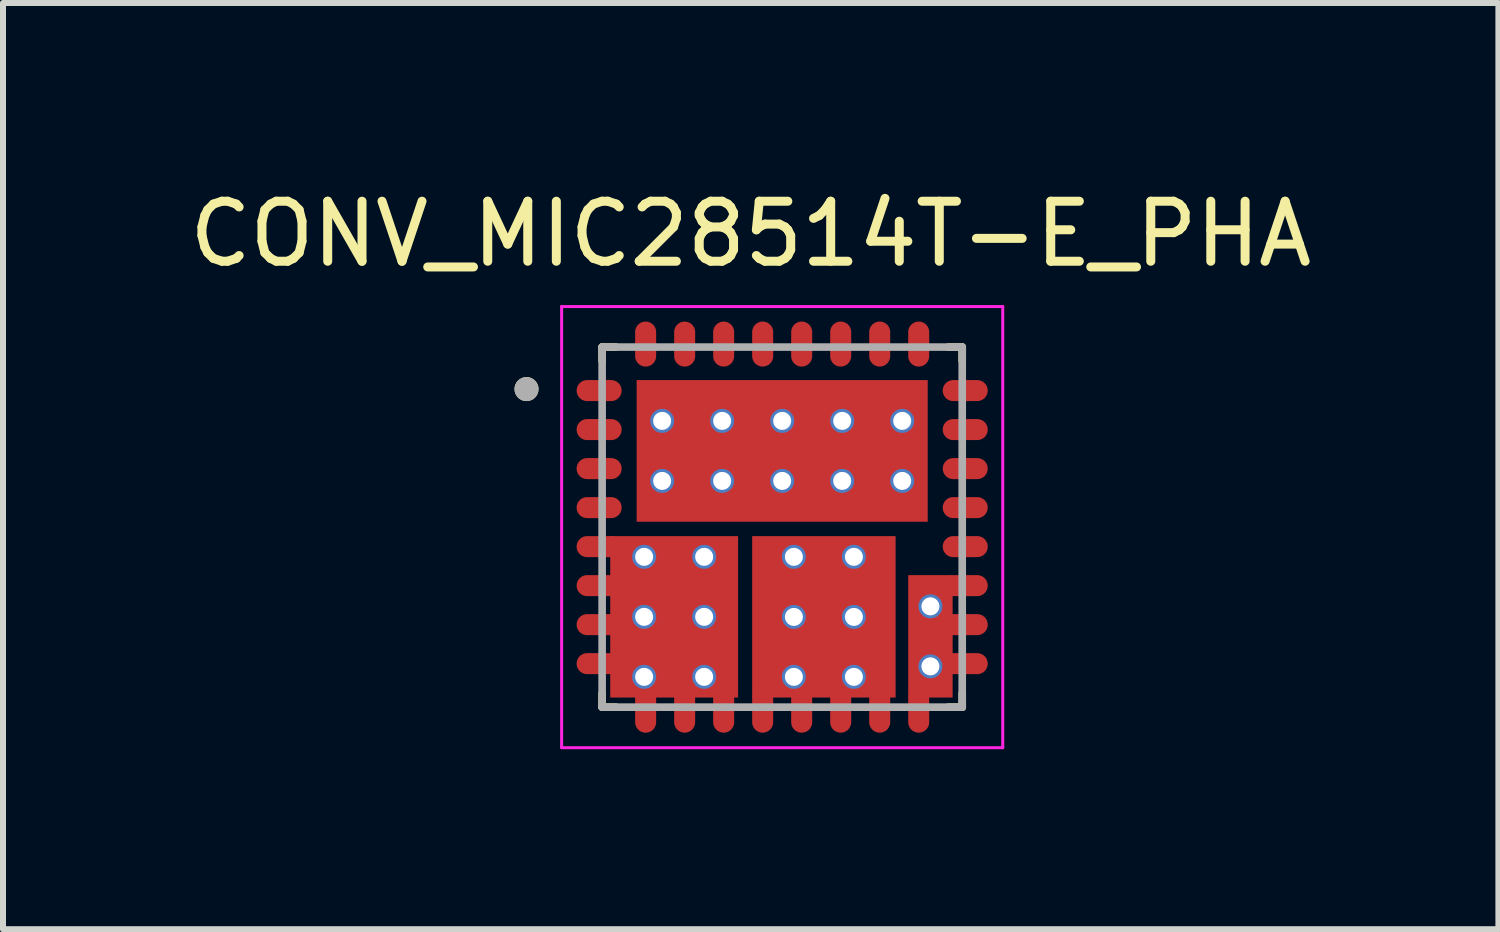
<source format=kicad_pcb>
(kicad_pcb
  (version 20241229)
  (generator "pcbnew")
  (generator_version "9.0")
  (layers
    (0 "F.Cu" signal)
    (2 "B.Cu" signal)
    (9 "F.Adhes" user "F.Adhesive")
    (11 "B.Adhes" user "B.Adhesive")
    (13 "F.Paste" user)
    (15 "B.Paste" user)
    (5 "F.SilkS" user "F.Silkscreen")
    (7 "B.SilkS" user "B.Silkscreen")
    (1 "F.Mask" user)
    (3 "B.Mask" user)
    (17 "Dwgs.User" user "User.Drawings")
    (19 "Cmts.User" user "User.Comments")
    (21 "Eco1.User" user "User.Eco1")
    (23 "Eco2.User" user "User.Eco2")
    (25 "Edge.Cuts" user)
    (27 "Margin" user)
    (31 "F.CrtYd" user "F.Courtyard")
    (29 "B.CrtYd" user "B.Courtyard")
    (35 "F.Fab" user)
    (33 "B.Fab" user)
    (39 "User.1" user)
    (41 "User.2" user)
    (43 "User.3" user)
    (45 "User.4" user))
  (footprint "CONV_MIC28514T-E_PHA"
    (layer "F.Cu")
    (at 9.983 5.733)
    (property "Reference" "CONV_MIC28514T-E_PHA" (at -0.525 -4.885 0) (layer "F.SilkS") (effects (font (size 1 1) (thickness 0.15))))
    (attr smd)
    (fp_line (start -3 -3) (end -3 -2.77) (stroke (width 0.127) (type solid)) (layer "F.SilkS"))
    (fp_line (start -3 -3) (end -2.77 -3) (stroke (width 0.127) (type solid)) (layer "F.SilkS"))
    (fp_line (start -3 3) (end -3 2.77) (stroke (width 0.127) (type solid)) (layer "F.SilkS"))
    (fp_line (start -3 3) (end -2.77 3) (stroke (width 0.127) (type solid)) (layer "F.SilkS"))
    (fp_line (start 3 -3) (end 2.77 -3) (stroke (width 0.127) (type solid)) (layer "F.SilkS"))
    (fp_line (start 3 -3) (end 3 -2.77) (stroke (width 0.127) (type solid)) (layer "F.SilkS"))
    (fp_line (start 3 3) (end 2.77 3) (stroke (width 0.127) (type solid)) (layer "F.SilkS"))
    (fp_line (start 3 3) (end 3 2.77) (stroke (width 0.127) (type solid)) (layer "F.SilkS"))
    (fp_circle (center -4.26 -2.3) (end -4.16 -2.3) (stroke (width 0.2) (type solid)) (fill no) (layer "F.SilkS"))
    (fp_poly (pts (xy -2.553 0.544) (xy -1.047 0.544) (xy -1.047 2.446) (xy -2.553 2.446)) (stroke (width 0.01) (type solid)) (fill yes) (layer "F.Paste"))
    (fp_poly (pts (xy -1.715 -2.105) (xy 1.715 -2.105) (xy 1.715 -0.435) (xy -1.715 -0.435)) (stroke (width 0.01) (type solid)) (fill yes) (layer "F.Paste"))
    (fp_poly (pts (xy -0.15 0.544) (xy 1.54 0.544) (xy 1.54 2.446) (xy -0.15 2.446)) (stroke (width 0.01) (type solid)) (fill yes) (layer "F.Paste"))
    (fp_poly (pts (xy 2.209 1.099) (xy 2.731 1.099) (xy 2.731 2.541) (xy 2.209 2.541)) (stroke (width 0.01) (type solid)) (fill yes) (layer "F.Paste"))
    (fp_line (start -3.675 -3.675) (end -3.675 3.675) (stroke (width 0.05) (type solid)) (layer "F.CrtYd"))
    (fp_line (start -3.675 3.675) (end 3.675 3.675) (stroke (width 0.05) (type solid)) (layer "F.CrtYd"))
    (fp_line (start 3.675 -3.675) (end -3.675 -3.675) (stroke (width 0.05) (type solid)) (layer "F.CrtYd"))
    (fp_line (start 3.675 3.675) (end 3.675 -3.675) (stroke (width 0.05) (type solid)) (layer "F.CrtYd"))
    (fp_line (start -3 -3) (end -3 3) (stroke (width 0.127) (type solid)) (layer "F.Fab"))
    (fp_line (start -3 3) (end 3 3) (stroke (width 0.127) (type solid)) (layer "F.Fab"))
    (fp_line (start 3 -3) (end -3 -3) (stroke (width 0.127) (type solid)) (layer "F.Fab"))
    (fp_line (start 3 3) (end 3 -3) (stroke (width 0.127) (type solid)) (layer "F.Fab"))
    (fp_circle (center -4.26 -2.3) (end -4.16 -2.3) (stroke (width 0.2) (type solid)) (fill no) (layer "F.Fab"))
    (pad "1" smd oval (at -3.05 -2.275) (size 0.75 0.35) (layers "F.Cu" "F.Mask" "F.Paste"))
    (pad "2" smd oval (at -3.05 -1.625) (size 0.75 0.35) (layers "F.Cu" "F.Mask" "F.Paste"))
    (pad "3" smd oval (at -3.05 -0.975) (size 0.75 0.35) (layers "F.Cu" "F.Mask" "F.Paste"))
    (pad "4" smd oval (at -3.05 -0.325) (size 0.75 0.35) (layers "F.Cu" "F.Mask" "F.Paste"))
    (pad "5" smd oval (at -3.05 0.325) (size 0.75 0.35) (layers "F.Cu" "F.Mask" "F.Paste"))
    (pad "6" smd oval (at -3.05 0.975) (size 0.75 0.35) (layers "F.Cu" "F.Mask" "F.Paste"))
    (pad "7" smd oval (at -3.05 1.625) (size 0.75 0.35) (layers "F.Cu" "F.Mask" "F.Paste"))
    (pad "8" smd oval (at -3.05 2.275) (size 0.75 0.35) (layers "F.Cu" "F.Mask" "F.Paste"))
    (pad "9" smd oval (at -2.275 3.05) (size 0.35 0.75) (layers "F.Cu" "F.Mask" "F.Paste"))
    (pad "10" smd oval (at -1.625 3.05) (size 0.35 0.75) (layers "F.Cu" "F.Mask" "F.Paste"))
    (pad "11" smd oval (at -0.975 3.05) (size 0.35 0.75) (layers "F.Cu" "F.Mask" "F.Paste"))
    (pad "12" smd oval (at -0.325 3.05) (size 0.35 0.75) (layers "F.Cu" "F.Mask" "F.Paste"))
    (pad "13" smd oval (at 0.325 3.05) (size 0.35 0.75) (layers "F.Cu" "F.Mask" "F.Paste"))
    (pad "14" smd oval (at 0.975 3.05) (size 0.35 0.75) (layers "F.Cu" "F.Mask" "F.Paste"))
    (pad "15" smd oval (at 1.625 3.05) (size 0.35 0.75) (layers "F.Cu" "F.Mask" "F.Paste"))
    (pad "16" smd oval (at 2.275 3.05) (size 0.35 0.75) (layers "F.Cu" "F.Mask" "F.Paste"))
    (pad "17" smd oval (at 3.05 2.275) (size 0.75 0.35) (layers "F.Cu" "F.Mask" "F.Paste"))
    (pad "18" smd oval (at 3.05 1.625) (size 0.75 0.35) (layers "F.Cu" "F.Mask" "F.Paste"))
    (pad "19" smd oval (at 3.05 0.975) (size 0.75 0.35) (layers "F.Cu" "F.Mask" "F.Paste"))
    (pad "20" smd oval (at 3.05 0.325) (size 0.75 0.35) (layers "F.Cu" "F.Mask" "F.Paste"))
    (pad "21" smd oval (at 3.05 -0.325) (size 0.75 0.35) (layers "F.Cu" "F.Mask" "F.Paste"))
    (pad "22" smd oval (at 3.05 -0.975) (size 0.75 0.35) (layers "F.Cu" "F.Mask" "F.Paste"))
    (pad "23" smd oval (at 3.05 -1.625) (size 0.75 0.35) (layers "F.Cu" "F.Mask" "F.Paste"))
    (pad "24" smd oval (at 3.05 -2.275) (size 0.75 0.35) (layers "F.Cu" "F.Mask" "F.Paste"))
    (pad "25" smd oval (at 2.275 -3.05) (size 0.35 0.75) (layers "F.Cu" "F.Mask" "F.Paste"))
    (pad "26" smd oval (at 1.625 -3.05) (size 0.35 0.75) (layers "F.Cu" "F.Mask" "F.Paste"))
    (pad "27" smd oval (at 0.975 -3.05) (size 0.35 0.75) (layers "F.Cu" "F.Mask" "F.Paste"))
    (pad "28" smd oval (at 0.325 -3.05) (size 0.35 0.75) (layers "F.Cu" "F.Mask" "F.Paste"))
    (pad "29" smd oval (at -0.325 -3.05) (size 0.35 0.75) (layers "F.Cu" "F.Mask" "F.Paste"))
    (pad "30" smd oval (at -0.975 -3.05) (size 0.35 0.75) (layers "F.Cu" "F.Mask" "F.Paste"))
    (pad "31" smd oval (at -1.625 -3.05) (size 0.35 0.75) (layers "F.Cu" "F.Mask" "F.Paste"))
    (pad "32" smd oval (at -2.275 -3.05) (size 0.35 0.75) (layers "F.Cu" "F.Mask" "F.Paste"))
    (pad "33" smd rect (at 0 -1.27) (size 4.85 2.36) (layers "F.Cu" "F.Mask"))
    (pad "33_1" thru_hole circle (at -2 -0.77) (size 0.4 0.4) (drill 0.3) (layers "*.Cu" "*.Mask"))
    (pad "33_2" thru_hole circle (at -2 -1.77) (size 0.4 0.4) (drill 0.3) (layers "*.Cu" "*.Mask"))
    (pad "33_3" thru_hole circle (at -1 -1.77) (size 0.4 0.4) (drill 0.3) (layers "*.Cu" "*.Mask"))
    (pad "33_4" thru_hole circle (at 0 -1.77) (size 0.4 0.4) (drill 0.3) (layers "*.Cu" "*.Mask"))
    (pad "33_5" thru_hole circle (at 1 -1.77) (size 0.4 0.4) (drill 0.3) (layers "*.Cu" "*.Mask"))
    (pad "33_6" thru_hole circle (at 2 -1.77) (size 0.4 0.4) (drill 0.3) (layers "*.Cu" "*.Mask"))
    (pad "33_7" thru_hole circle (at 2 -0.77) (size 0.4 0.4) (drill 0.3) (layers "*.Cu" "*.Mask"))
    (pad "33_8" thru_hole circle (at 1 -0.77) (size 0.4 0.4) (drill 0.3) (layers "*.Cu" "*.Mask"))
    (pad "33_9" thru_hole circle (at 0 -0.77) (size 0.4 0.4) (drill 0.3) (layers "*.Cu" "*.Mask"))
    (pad "33_10" thru_hole circle (at -1 -0.77) (size 0.4 0.4) (drill 0.3) (layers "*.Cu" "*.Mask"))
    (pad "34" smd rect (at -1.8 1.495) (size 2.13 2.69) (layers "F.Cu" "F.Mask"))
    (pad "34_1" thru_hole circle (at -2.3 0.495) (size 0.4 0.4) (drill 0.3) (layers "*.Cu" "*.Mask"))
    (pad "34_2" thru_hole circle (at -2.3 1.495) (size 0.4 0.4) (drill 0.3) (layers "*.Cu" "*.Mask"))
    (pad "34_3" thru_hole circle (at -2.3 2.495) (size 0.4 0.4) (drill 0.3) (layers "*.Cu" "*.Mask"))
    (pad "34_4" thru_hole circle (at -1.3 0.495) (size 0.4 0.4) (drill 0.3) (layers "*.Cu" "*.Mask"))
    (pad "34_5" thru_hole circle (at -1.3 1.495) (size 0.4 0.4) (drill 0.3) (layers "*.Cu" "*.Mask"))
    (pad "34_6" thru_hole circle (at -1.3 2.495) (size 0.4 0.4) (drill 0.3) (layers "*.Cu" "*.Mask"))
    (pad "35" smd rect (at 0.695 1.495) (size 2.39 2.69) (layers "F.Cu" "F.Mask"))
    (pad "35_1" thru_hole circle (at 0.195 0.495) (size 0.4 0.4) (drill 0.3) (layers "*.Cu" "*.Mask"))
    (pad "35_2" thru_hole circle (at 0.195 1.496) (size 0.4 0.4) (drill 0.3) (layers "*.Cu" "*.Mask"))
    (pad "35_3" thru_hole circle (at 0.195 2.495) (size 0.4 0.4) (drill 0.3) (layers "*.Cu" "*.Mask"))
    (pad "35_4" thru_hole circle (at 1.195 0.495) (size 0.4 0.4) (drill 0.3) (layers "*.Cu" "*.Mask"))
    (pad "35_5" thru_hole circle (at 1.195 1.496) (size 0.4 0.4) (drill 0.3) (layers "*.Cu" "*.Mask"))
    (pad "35_6" thru_hole circle (at 1.195 2.495) (size 0.4 0.4) (drill 0.3) (layers "*.Cu" "*.Mask"))
    (pad "36" smd rect (at 2.47 1.82) (size 0.74 2.04) (layers "F.Cu" "F.Mask"))
    (pad "36_1" thru_hole circle (at 2.47 1.32) (size 0.4 0.4) (drill 0.3) (layers "*.Cu" "*.Mask"))
    (pad "36_2" thru_hole circle (at 2.47 2.32) (size 0.4 0.4) (drill 0.3) (layers "*.Cu" "*.Mask")))
  (gr_rect
    (start -3 -3)
    (end 21.917 12.433)
    (stroke (width 0.1) (type default))
    (fill no)
    (layer "Edge.Cuts")))
</source>
